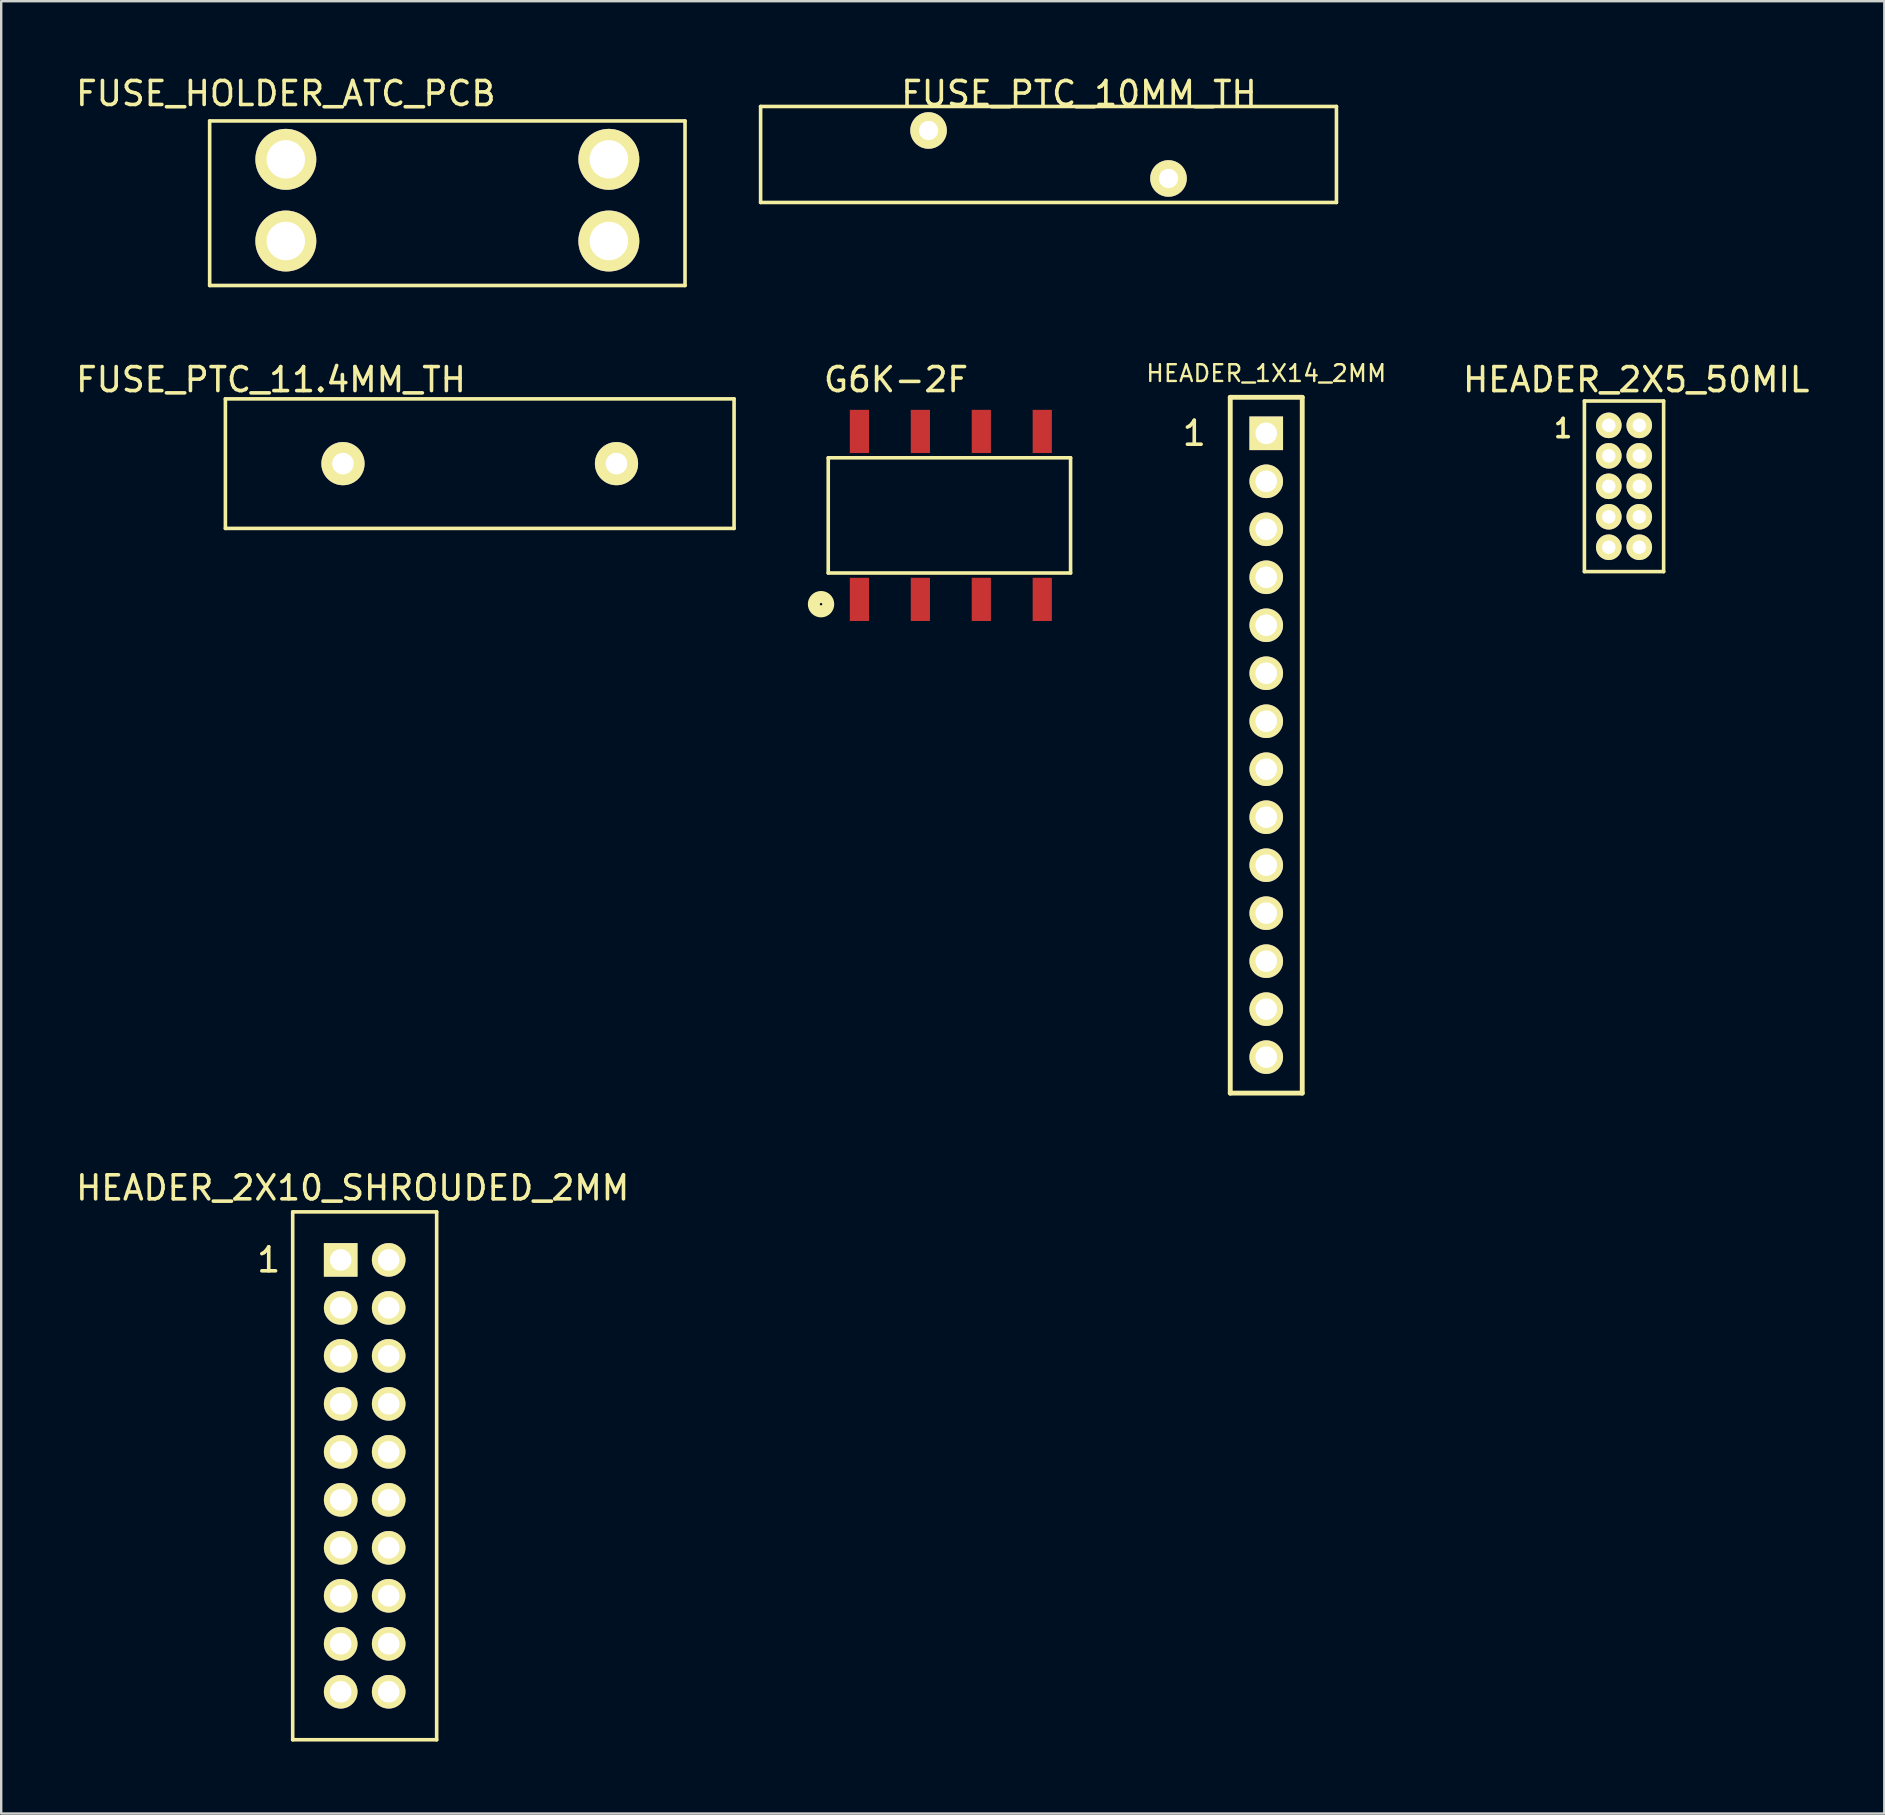
<source format=kicad_pcb>
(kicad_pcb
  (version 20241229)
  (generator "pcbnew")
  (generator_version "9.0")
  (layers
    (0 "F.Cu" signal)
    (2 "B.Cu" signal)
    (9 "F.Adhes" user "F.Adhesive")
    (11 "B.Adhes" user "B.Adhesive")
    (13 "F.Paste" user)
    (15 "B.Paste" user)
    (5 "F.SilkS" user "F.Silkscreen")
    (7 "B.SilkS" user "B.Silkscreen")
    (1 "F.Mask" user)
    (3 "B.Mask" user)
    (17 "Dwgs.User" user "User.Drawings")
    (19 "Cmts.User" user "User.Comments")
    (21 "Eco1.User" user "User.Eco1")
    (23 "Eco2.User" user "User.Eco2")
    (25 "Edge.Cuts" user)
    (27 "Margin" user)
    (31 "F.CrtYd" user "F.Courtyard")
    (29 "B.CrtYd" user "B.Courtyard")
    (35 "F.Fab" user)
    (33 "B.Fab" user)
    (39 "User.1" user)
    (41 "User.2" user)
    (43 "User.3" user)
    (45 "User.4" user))
  (footprint "FUSE_PTC_11.4MM_TH"
    (layer "F.Cu")
    (at 16.944 16.273)
    (property "Reference" "FUSE_PTC_11.4MM_TH" (at -8.7 -3.5 0) (layer "F.SilkS") (effects (font (size 1 1) (thickness 0.15))))
    (attr through_hole)
    (fp_line (start -10.6 -2.7) (end -10.6 2.7) (stroke (width 0.15) (type solid)) (layer "F.SilkS"))
    (fp_line (start -10.6 2.7) (end 10.6 2.7) (stroke (width 0.15) (type solid)) (layer "F.SilkS"))
    (fp_line (start 10.6 -2.7) (end -10.6 -2.7) (stroke (width 0.15) (type solid)) (layer "F.SilkS"))
    (fp_line (start 10.6 2.7) (end 10.6 -2.7) (stroke (width 0.15) (type solid)) (layer "F.SilkS"))
    (pad "1" thru_hole circle (at -5.7 0) (size 1.8 1.8) (drill 0.9) (layers "*.Cu" "*.Mask" "F.SilkS"))
    (pad "2" thru_hole circle (at 5.7 0) (size 1.8 1.8) (drill 0.9) (layers "*.Cu" "*.Mask" "F.SilkS")))
  (footprint "HEADER_2X10_SHROUDED_2MM"
    (layer "F.Cu")
    (at 11.149 49.459)
    (property "Reference" "HEADER_2X10_SHROUDED_2MM" (at 0.5 -3 0) (layer "F.SilkS") (effects (font (size 1 1) (thickness 0.15))))
    (attr through_hole)
    (fp_line (start -2 -2) (end 4 -2) (stroke (width 0.15) (type solid)) (layer "F.SilkS"))
    (fp_line (start -2 20) (end -2 -2) (stroke (width 0.15) (type solid)) (layer "F.SilkS"))
    (fp_line (start 4 -2) (end 4 20) (stroke (width 0.15) (type solid)) (layer "F.SilkS"))
    (fp_line (start 4 20) (end -2 20) (stroke (width 0.15) (type solid)) (layer "F.SilkS"))
    (fp_text user "1" (at -3 0 0) (layer "F.SilkS") (effects (font (size 1 1) (thickness 0.15))))
    (pad "1" thru_hole rect (at 0 0) (size 1.4 1.4) (drill 0.9) (layers "*.Cu" "*.Mask" "F.SilkS"))
    (pad "2" thru_hole circle (at 2 0) (size 1.4 1.4) (drill 0.9) (layers "*.Cu" "*.Mask" "F.SilkS"))
    (pad "3" thru_hole circle (at 0 2) (size 1.4 1.4) (drill 0.9) (layers "*.Cu" "*.Mask" "F.SilkS"))
    (pad "4" thru_hole circle (at 2 2) (size 1.4 1.4) (drill 0.9) (layers "*.Cu" "*.Mask" "F.SilkS"))
    (pad "5" thru_hole circle (at 0 4) (size 1.4 1.4) (drill 0.9) (layers "*.Cu" "*.Mask" "F.SilkS"))
    (pad "6" thru_hole circle (at 2 4) (size 1.4 1.4) (drill 0.9) (layers "*.Cu" "*.Mask" "F.SilkS"))
    (pad "7" thru_hole circle (at 0 6) (size 1.4 1.4) (drill 0.9) (layers "*.Cu" "*.Mask" "F.SilkS"))
    (pad "8" thru_hole circle (at 2 6) (size 1.4 1.4) (drill 0.9) (layers "*.Cu" "*.Mask" "F.SilkS"))
    (pad "9" thru_hole circle (at 0 8) (size 1.4 1.4) (drill 0.9) (layers "*.Cu" "*.Mask" "F.SilkS"))
    (pad "10" thru_hole circle (at 2 8) (size 1.4 1.4) (drill 0.9) (layers "*.Cu" "*.Mask" "F.SilkS"))
    (pad "11" thru_hole circle (at 0 10) (size 1.4 1.4) (drill 0.9) (layers "*.Cu" "*.Mask" "F.SilkS"))
    (pad "12" thru_hole circle (at 2 10) (size 1.4 1.4) (drill 0.9) (layers "*.Cu" "*.Mask" "F.SilkS"))
    (pad "13" thru_hole circle (at 0 12) (size 1.4 1.4) (drill 0.9) (layers "*.Cu" "*.Mask" "F.SilkS"))
    (pad "14" thru_hole circle (at 2 12) (size 1.4 1.4) (drill 0.9) (layers "*.Cu" "*.Mask" "F.SilkS"))
    (pad "15" thru_hole circle (at 0 14) (size 1.4 1.4) (drill 0.9) (layers "*.Cu" "*.Mask" "F.SilkS"))
    (pad "16" thru_hole circle (at 2 14) (size 1.4 1.4) (drill 0.9) (layers "*.Cu" "*.Mask" "F.SilkS"))
    (pad "17" thru_hole circle (at 0 16) (size 1.4 1.4) (drill 0.9) (layers "*.Cu" "*.Mask" "F.SilkS"))
    (pad "18" thru_hole circle (at 2 16) (size 1.4 1.4) (drill 0.9) (layers "*.Cu" "*.Mask" "F.SilkS"))
    (pad "19" thru_hole circle (at 0 18) (size 1.4 1.4) (drill 0.9) (layers "*.Cu" "*.Mask" "F.SilkS"))
    (pad "20" thru_hole circle (at 2 18) (size 1.4 1.4) (drill 0.9) (layers "*.Cu" "*.Mask" "F.SilkS")))
  (footprint "HEADER_1X14_2MM"
    (layer "F.Cu")
    (at 49.724 15.009)
    (property "Reference" "HEADER_1X14_2MM" (at 0 -2.5 0) (layer "F.SilkS") (effects (font (size 0.7 0.7) (thickness 0.1))))
    (attr through_hole)
    (fp_line (start -1.5 -1.5) (end -1.5 27.5) (stroke (width 0.203) (type solid)) (layer "F.SilkS"))
    (fp_line (start -1.5 27.5) (end 1.5 27.5) (stroke (width 0.203) (type solid)) (layer "F.SilkS"))
    (fp_line (start 1.5 -1.5) (end -1.5 -1.5) (stroke (width 0.203) (type solid)) (layer "F.SilkS"))
    (fp_line (start 1.5 27.5) (end 1.5 -1.5) (stroke (width 0.203) (type solid)) (layer "F.SilkS"))
    (fp_text user "1" (at -3 0 0) (layer "F.SilkS") (effects (font (size 1 1) (thickness 0.15))))
    (pad "1" thru_hole rect (at 0 0) (size 1.4 1.4) (drill 0.9) (layers "*.Cu" "*.Mask" "F.SilkS"))
    (pad "2" thru_hole circle (at 0 2) (size 1.4 1.4) (drill 0.9) (layers "*.Cu" "*.Mask" "F.SilkS"))
    (pad "3" thru_hole circle (at 0 4) (size 1.4 1.4) (drill 0.9) (layers "*.Cu" "*.Mask" "F.SilkS"))
    (pad "4" thru_hole circle (at 0 6) (size 1.4 1.4) (drill 0.9) (layers "*.Cu" "*.Mask" "F.SilkS"))
    (pad "5" thru_hole circle (at 0 8) (size 1.4 1.4) (drill 0.9) (layers "*.Cu" "*.Mask" "F.SilkS"))
    (pad "6" thru_hole circle (at 0 10) (size 1.4 1.4) (drill 0.9) (layers "*.Cu" "*.Mask" "F.SilkS"))
    (pad "7" thru_hole circle (at 0 12) (size 1.4 1.4) (drill 0.9) (layers "*.Cu" "*.Mask" "F.SilkS"))
    (pad "8" thru_hole circle (at 0 14) (size 1.4 1.4) (drill 0.9) (layers "*.Cu" "*.Mask" "F.SilkS"))
    (pad "9" thru_hole circle (at 0 16) (size 1.4 1.4) (drill 0.9) (layers "*.Cu" "*.Mask" "F.SilkS"))
    (pad "10" thru_hole circle (at 0 18) (size 1.4 1.4) (drill 0.9) (layers "*.Cu" "*.Mask" "F.SilkS"))
    (pad "11" thru_hole circle (at 0 20) (size 1.4 1.4) (drill 0.9) (layers "*.Cu" "*.Mask" "F.SilkS"))
    (pad "12" thru_hole circle (at 0 22) (size 1.4 1.4) (drill 0.9) (layers "*.Cu" "*.Mask" "F.SilkS"))
    (pad "13" thru_hole circle (at 0 24) (size 1.4 1.4) (drill 0.9) (layers "*.Cu" "*.Mask" "F.SilkS"))
    (pad "14" thru_hole circle (at 0 26) (size 1.4 1.4) (drill 0.9) (layers "*.Cu" "*.Mask" "F.SilkS")))
  (footprint "FUSE_HOLDER_ATC_PCB"
    (layer "F.Cu")
    (at 15.594 5.293)
    (property "Reference" "FUSE_HOLDER_ATC_PCB" (at -6.731 -4.445 0) (layer "F.SilkS") (effects (font (size 1 1) (thickness 0.15))))
    (attr through_hole)
    (fp_line (start -9.906 -3.302) (end 9.906 -3.302) (stroke (width 0.15) (type solid)) (layer "F.SilkS"))
    (fp_line (start -9.906 3.556) (end -9.906 -3.302) (stroke (width 0.15) (type solid)) (layer "F.SilkS"))
    (fp_line (start 9.906 -3.302) (end 9.906 3.556) (stroke (width 0.15) (type solid)) (layer "F.SilkS"))
    (fp_line (start 9.906 3.556) (end -9.906 3.556) (stroke (width 0.15) (type solid)) (layer "F.SilkS"))
    (pad "1" thru_hole circle (at -6.731 -1.702) (size 2.54 2.54) (drill 1.6) (layers "*.Cu" "*.Mask" "F.SilkS"))
    (pad "2" thru_hole circle (at -6.731 1.702) (size 2.54 2.54) (drill 1.6) (layers "*.Cu" "*.Mask" "F.SilkS"))
    (pad "3" thru_hole circle (at 6.731 1.702) (size 2.54 2.54) (drill 1.6) (layers "*.Cu" "*.Mask" "F.SilkS"))
    (pad "4" thru_hole circle (at 6.731 -1.702) (size 2.54 2.54) (drill 1.6) (layers "*.Cu" "*.Mask" "F.SilkS")))
  (footprint "G6K-2F"
    (layer "F.Cu")
    (at 32.769 14.931)
    (property "Reference" "G6K-2F" (at 1.524 -2.159 0) (layer "F.SilkS") (effects (font (size 1 1) (thickness 0.15))))
    (attr through_hole)
    (fp_line (start -1.3 1.1) (end 8.8 1.1) (stroke (width 0.15) (type solid)) (layer "F.SilkS"))
    (fp_line (start -1.3 5.9) (end -1.3 1.1) (stroke (width 0.15) (type solid)) (layer "F.SilkS"))
    (fp_line (start 8.8 1.1) (end 8.8 5.9) (stroke (width 0.15) (type solid)) (layer "F.SilkS"))
    (fp_line (start 8.8 5.9) (end -1.3 5.9) (stroke (width 0.15) (type solid)) (layer "F.SilkS"))
    (fp_circle (center -1.6 7.2) (end -1.3 7.2) (stroke (width 0.5) (type solid)) (fill no) (layer "F.SilkS"))
    (pad "1" smd rect (at 0 7) (size 0.8 1.8) (layers "F.Cu" "F.Mask" "F.Paste"))
    (pad "2" smd rect (at 2.54 7) (size 0.8 1.8) (layers "F.Cu" "F.Mask" "F.Paste"))
    (pad "3" smd rect (at 5.08 7) (size 0.8 1.8) (layers "F.Cu" "F.Mask" "F.Paste"))
    (pad "4" smd rect (at 7.62 7) (size 0.8 1.8) (layers "F.Cu" "F.Mask" "F.Paste"))
    (pad "5" smd rect (at 7.62 0) (size 0.8 1.8) (layers "F.Cu" "F.Mask" "F.Paste"))
    (pad "6" smd rect (at 5.08 0) (size 0.8 1.8) (layers "F.Cu" "F.Mask" "F.Paste"))
    (pad "7" smd rect (at 2.54 0) (size 0.8 1.8) (layers "F.Cu" "F.Mask" "F.Paste"))
    (pad "8" smd rect (at 0 0) (size 0.8 1.8) (layers "F.Cu" "F.Mask" "F.Paste")))
  (footprint "HEADER_2X5_50MIL"
    (layer "F.Cu")
    (at 64 14.678)
    (property "Reference" "HEADER_2X5_50MIL" (at 1.143 -1.905 0) (layer "F.SilkS") (effects (font (size 1 1) (thickness 0.15))))
    (attr through_hole)
    (fp_line (start -1.016 -1.016) (end -1.016 6.096) (stroke (width 0.15) (type solid)) (layer "F.SilkS"))
    (fp_line (start -1.016 6.096) (end 2.286 6.096) (stroke (width 0.15) (type solid)) (layer "F.SilkS"))
    (fp_line (start 2.286 -1.016) (end -1.016 -1.016) (stroke (width 0.15) (type solid)) (layer "F.SilkS"))
    (fp_line (start 2.286 6.096) (end 2.286 -1.016) (stroke (width 0.15) (type solid)) (layer "F.SilkS"))
    (fp_text user "1" (at -1.905 0.127 0) (layer "F.SilkS") (effects (font (size 0.762 0.762) (thickness 0.15))))
    (pad "1" thru_hole circle (at 0 0) (size 1.067 1.067) (drill 0.559) (layers "*.Cu" "*.Mask" "F.SilkS"))
    (pad "2" thru_hole circle (at 1.27 0) (size 1.067 1.067) (drill 0.559) (layers "*.Cu" "*.Mask" "F.SilkS"))
    (pad "3" thru_hole circle (at 0 1.27) (size 1.067 1.067) (drill 0.559) (layers "*.Cu" "*.Mask" "F.SilkS"))
    (pad "4" thru_hole circle (at 1.27 1.27) (size 1.067 1.067) (drill 0.559) (layers "*.Cu" "*.Mask" "F.SilkS"))
    (pad "5" thru_hole circle (at 0 2.54) (size 1.067 1.067) (drill 0.559) (layers "*.Cu" "*.Mask" "F.SilkS"))
    (pad "6" thru_hole circle (at 1.27 2.54) (size 1.067 1.067) (drill 0.559) (layers "*.Cu" "*.Mask" "F.SilkS"))
    (pad "7" thru_hole circle (at 0 3.81) (size 1.067 1.067) (drill 0.559) (layers "*.Cu" "*.Mask" "F.SilkS"))
    (pad "8" thru_hole circle (at 1.27 3.81) (size 1.067 1.067) (drill 0.559) (layers "*.Cu" "*.Mask" "F.SilkS"))
    (pad "9" thru_hole circle (at 0 5.08) (size 1.067 1.067) (drill 0.559) (layers "*.Cu" "*.Mask" "F.SilkS"))
    (pad "10" thru_hole circle (at 1.27 5.08) (size 1.067 1.067) (drill 0.559) (layers "*.Cu" "*.Mask" "F.SilkS")))
  (footprint "FUSE_PTC_10MM_TH"
    (layer "F.Cu")
    (at 40.65 3.388)
    (property "Reference" "FUSE_PTC_10MM_TH" (at 1.27 -2.54 0) (layer "F.SilkS") (effects (font (size 1 1) (thickness 0.15))))
    (attr through_hole)
    (fp_line (start -12 -2) (end 12 -2) (stroke (width 0.15) (type solid)) (layer "F.SilkS"))
    (fp_line (start -12 2) (end -12 -2) (stroke (width 0.15) (type solid)) (layer "F.SilkS"))
    (fp_line (start 12 -2) (end 12 2) (stroke (width 0.15) (type solid)) (layer "F.SilkS"))
    (fp_line (start 12 2) (end -12 2) (stroke (width 0.15) (type solid)) (layer "F.SilkS"))
    (pad "1" thru_hole circle (at -5 -1) (size 1.524 1.524) (drill 0.8) (layers "*.Cu" "*.Mask" "F.SilkS"))
    (pad "2" thru_hole circle (at 5 1) (size 1.524 1.524) (drill 0.8) (layers "*.Cu" "*.Mask" "F.SilkS")))
  (gr_rect
    (start -3 -3)
    (end 75.483 72.534)
    (stroke (width 0.1) (type default))
    (fill no)
    (layer "Edge.Cuts")))
</source>
